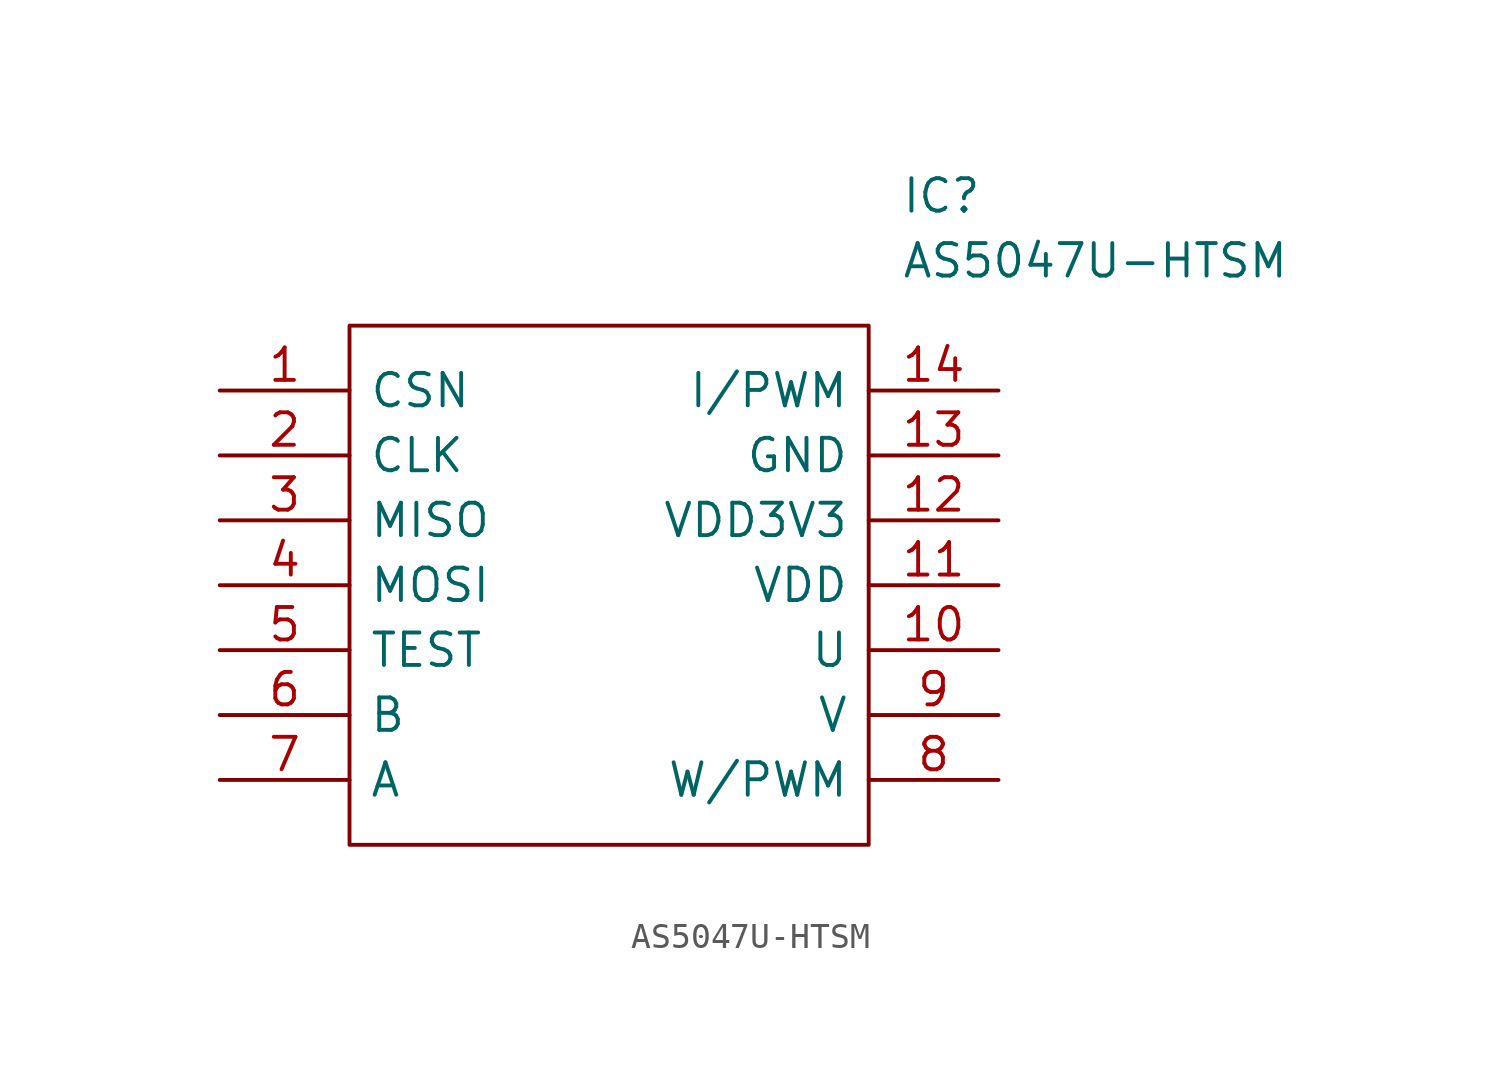
<source format=kicad_sym>
(kicad_symbol_lib
  (version 20231120)
  (generator "kicad_symbol_editor")
  (generator_version "8.0")
  (symbol "AS5047U-HTSM"
    (pin_names
      (offset 0.762))
    (property "Reference" "IC"
      (at 26.67 7.62 0)
      (effects (font (size 1.27 1.27)) (justify left)))
    (property "Value" "AS5047U-HTSM"
      (at 26.67 5.08 0)
      (effects (font (size 1.27 1.27)) (justify left)))
    (symbol "AS5047U-HTSM_0_0"
      (pin passive line (at 0 0 0) (length 5.08) (name "CSN" (effects (font (size 1.27 1.27)))) (number "1" (effects (font (size 1.27 1.27)))))
      (pin passive line (at 30.48 -10.16 180) (length 5.08) (name "U" (effects (font (size 1.27 1.27)))) (number "10" (effects (font (size 1.27 1.27)))))
      (pin passive line (at 30.48 -7.62 180) (length 5.08) (name "VDD" (effects (font (size 1.27 1.27)))) (number "11" (effects (font (size 1.27 1.27)))))
      (pin passive line (at 30.48 -5.08 180) (length 5.08) (name "VDD3V3" (effects (font (size 1.27 1.27)))) (number "12" (effects (font (size 1.27 1.27)))))
      (pin passive line (at 30.48 -2.54 180) (length 5.08) (name "GND" (effects (font (size 1.27 1.27)))) (number "13" (effects (font (size 1.27 1.27)))))
      (pin passive line (at 30.48 0 180) (length 5.08) (name "I/PWM" (effects (font (size 1.27 1.27)))) (number "14" (effects (font (size 1.27 1.27)))))
      (pin passive line (at 0 -2.54 0) (length 5.08) (name "CLK" (effects (font (size 1.27 1.27)))) (number "2" (effects (font (size 1.27 1.27)))))
      (pin passive line (at 0 -5.08 0) (length 5.08) (name "MISO" (effects (font (size 1.27 1.27)))) (number "3" (effects (font (size 1.27 1.27)))))
      (pin passive line (at 0 -7.62 0) (length 5.08) (name "MOSI" (effects (font (size 1.27 1.27)))) (number "4" (effects (font (size 1.27 1.27)))))
      (pin passive line (at 0 -10.16 0) (length 5.08) (name "TEST" (effects (font (size 1.27 1.27)))) (number "5" (effects (font (size 1.27 1.27)))))
      (pin passive line (at 0 -12.7 0) (length 5.08) (name "B" (effects (font (size 1.27 1.27)))) (number "6" (effects (font (size 1.27 1.27)))))
      (pin passive line (at 0 -15.24 0) (length 5.08) (name "A" (effects (font (size 1.27 1.27)))) (number "7" (effects (font (size 1.27 1.27)))))
      (pin passive line (at 30.48 -15.24 180) (length 5.08) (name "W/PWM" (effects (font (size 1.27 1.27)))) (number "8" (effects (font (size 1.27 1.27)))))
      (pin passive line (at 30.48 -12.7 180) (length 5.08) (name "V" (effects (font (size 1.27 1.27)))) (number "9" (effects (font (size 1.27 1.27))))))
    (symbol "AS5047U-HTSM_0_1"
      (polyline (pts (xy 5.08 2.54) (xy 25.4 2.54) (xy 25.4 -17.78) (xy 5.08 -17.78) (xy 5.08 2.54)) (stroke (width 0.152) (type default)) (fill (type none))))))
</source>
